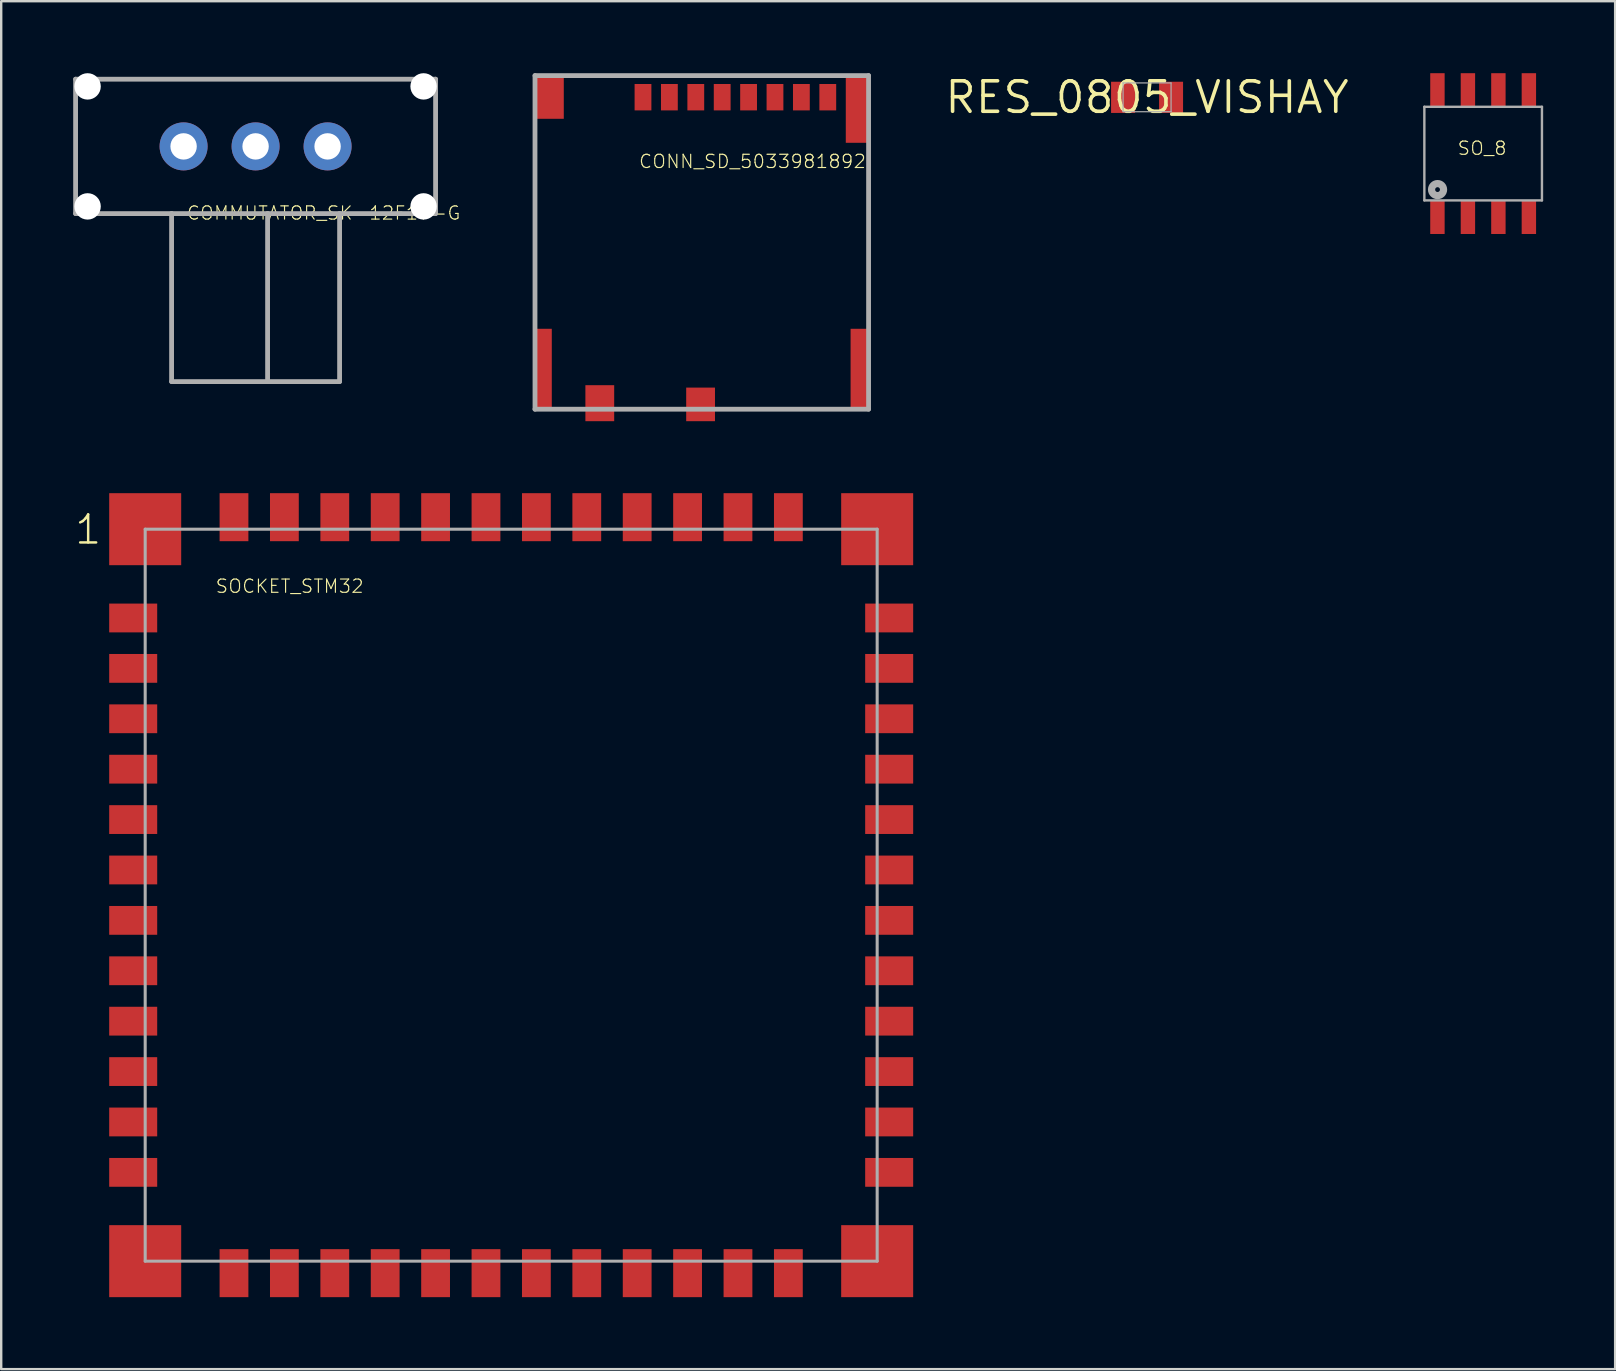
<source format=kicad_pcb>
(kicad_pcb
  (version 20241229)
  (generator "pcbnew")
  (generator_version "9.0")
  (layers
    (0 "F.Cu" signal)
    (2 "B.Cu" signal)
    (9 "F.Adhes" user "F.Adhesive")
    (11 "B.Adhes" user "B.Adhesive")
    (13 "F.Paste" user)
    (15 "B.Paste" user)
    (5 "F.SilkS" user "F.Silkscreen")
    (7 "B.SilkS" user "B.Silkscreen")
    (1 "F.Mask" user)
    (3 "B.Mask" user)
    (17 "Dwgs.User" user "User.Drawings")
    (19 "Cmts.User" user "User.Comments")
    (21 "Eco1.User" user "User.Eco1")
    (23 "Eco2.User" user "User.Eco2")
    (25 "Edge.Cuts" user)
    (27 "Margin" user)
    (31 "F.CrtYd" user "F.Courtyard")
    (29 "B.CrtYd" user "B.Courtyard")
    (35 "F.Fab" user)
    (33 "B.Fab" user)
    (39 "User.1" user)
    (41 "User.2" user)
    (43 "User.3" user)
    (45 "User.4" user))
  (footprint "CONN_SD_5033981892"
    (layer "F.Cu")
    (at 26.242 7)
    (property "Reference" "CONN_SD_5033981892" (at -2.7 -3 0) (unlocked yes) (layer "F.SilkS") (effects (font (size 0.552 0.552) (thickness 0.048)) (justify left bottom)))
    (fp_line (start -7 -6.9) (end 6.9 -6.9) (stroke (width 0.2) (type solid)) (layer "F.Fab"))
    (fp_line (start -7 7) (end -7 -6.9) (stroke (width 0.2) (type solid)) (layer "F.Fab"))
    (fp_line (start 6.9 -6.9) (end 6.9 7) (stroke (width 0.2) (type solid)) (layer "F.Fab"))
    (fp_line (start 6.9 7) (end -7 7) (stroke (width 0.2) (type solid)) (layer "F.Fab"))
    (pad "1" smd rect (at -2.5 -6 90) (size 1.1 0.7) (layers "F.Cu" "F.Mask" "F.Paste"))
    (pad "2" smd rect (at -1.4 -6 90) (size 1.1 0.7) (layers "F.Cu" "F.Mask" "F.Paste"))
    (pad "3" smd rect (at -0.3 -6 90) (size 1.1 0.7) (layers "F.Cu" "F.Mask" "F.Paste"))
    (pad "4" smd rect (at 0.8 -6 90) (size 1.1 0.7) (layers "F.Cu" "F.Mask" "F.Paste"))
    (pad "5" smd rect (at 1.9 -6 90) (size 1.1 0.7) (layers "F.Cu" "F.Mask" "F.Paste"))
    (pad "6" smd rect (at 3 -6 90) (size 1.1 0.7) (layers "F.Cu" "F.Mask" "F.Paste"))
    (pad "7" smd rect (at 4.1 -6 90) (size 1.1 0.7) (layers "F.Cu" "F.Mask" "F.Paste"))
    (pad "8" smd rect (at 5.2 -6 90) (size 1.1 0.7) (layers "F.Cu" "F.Mask" "F.Paste"))
    (pad "9" smd rect (at -4.3 6.75 90) (size 1.5 1.2) (layers "F.Cu" "F.Mask" "F.Paste"))
    (pad "10" smd rect (at -0.1 6.8 90) (size 1.4 1.2) (layers "F.Cu" "F.Mask" "F.Paste"))
    (pad "SH1" smd rect (at -6.4 -6 90) (size 1.8 1.2) (layers "F.Cu" "F.Mask" "F.Paste"))
    (pad "SH2" smd rect (at 6.4 -5.5 90) (size 2.8 0.9) (layers "F.Cu" "F.Mask" "F.Paste"))
    (pad "SH3" smd rect (at -6.65 5.3 90) (size 3.3 0.7) (layers "F.Cu" "F.Mask" "F.Paste"))
    (pad "SH4" smd rect (at 6.5 5.3 90) (size 3.3 0.7) (layers "F.Cu" "F.Mask" "F.Paste")))
  (footprint "SOCKET_STM32"
    (layer "F.Cu")
    (at 18.25 34.25)
    (property "Reference" "SOCKET_STM32" (at -12.35 -12.55 0) (unlocked yes) (layer "F.SilkS") (effects (font (size 0.552 0.552) (thickness 0.048)) (justify left bottom)))
    (fp_line (start -15.25 -15.25) (end 15.25 -15.25) (stroke (width 0.127) (type solid)) (layer "F.Fab"))
    (fp_line (start -15.25 15.25) (end -15.25 -15.25) (stroke (width 0.127) (type solid)) (layer "F.Fab"))
    (fp_line (start 15.25 -15.25) (end 15.25 15.25) (stroke (width 0.127) (type solid)) (layer "F.Fab"))
    (fp_line (start 15.25 15.25) (end -15.25 15.25) (stroke (width 0.127) (type solid)) (layer "F.Fab"))
    (fp_text user "1" (at -18.25 -14.55 0) (unlocked yes) (layer "F.SilkS") (effects (font (size 1.168 1.168) (thickness 0.102)) (justify left bottom)))
    (pad "1" smd rect (at -15.25 -15.25) (size 3 3) (layers "F.Cu" "F.Mask"))
    (pad "2" smd rect (at -15.75 -11.55) (size 2 1.2) (layers "F.Cu" "F.Mask"))
    (pad "3" smd rect (at -15.75 -9.45) (size 2 1.2) (layers "F.Cu" "F.Mask"))
    (pad "4" smd rect (at -15.75 -7.35) (size 2 1.2) (layers "F.Cu" "F.Mask"))
    (pad "5" smd rect (at -15.75 -5.25) (size 2 1.2) (layers "F.Cu" "F.Mask"))
    (pad "6" smd rect (at -15.75 -3.15) (size 2 1.2) (layers "F.Cu" "F.Mask"))
    (pad "7" smd rect (at -15.75 -1.05) (size 2 1.2) (layers "F.Cu" "F.Mask"))
    (pad "8" smd rect (at -15.75 1.05) (size 2 1.2) (layers "F.Cu" "F.Mask"))
    (pad "9" smd rect (at -15.75 3.15) (size 2 1.2) (layers "F.Cu" "F.Mask"))
    (pad "10" smd rect (at -15.75 5.25) (size 2 1.2) (layers "F.Cu" "F.Mask"))
    (pad "11" smd rect (at -15.75 7.35) (size 2 1.2) (layers "F.Cu" "F.Mask"))
    (pad "12" smd rect (at -15.75 9.45) (size 2 1.2) (layers "F.Cu" "F.Mask"))
    (pad "13" smd rect (at -15.75 11.55) (size 2 1.2) (layers "F.Cu" "F.Mask"))
    (pad "14" smd rect (at -15.25 15.25) (size 3 3) (layers "F.Cu" "F.Mask"))
    (pad "15" smd rect (at -11.55 15.75 90) (size 2 1.2) (layers "F.Cu" "F.Mask"))
    (pad "16" smd rect (at -9.45 15.75 90) (size 2 1.2) (layers "F.Cu" "F.Mask"))
    (pad "17" smd rect (at -7.35 15.75 90) (size 2 1.2) (layers "F.Cu" "F.Mask"))
    (pad "18" smd rect (at -5.25 15.75 90) (size 2 1.2) (layers "F.Cu" "F.Mask"))
    (pad "19" smd rect (at -3.15 15.75 90) (size 2 1.2) (layers "F.Cu" "F.Mask"))
    (pad "20" smd rect (at -1.05 15.75 90) (size 2 1.2) (layers "F.Cu" "F.Mask"))
    (pad "21" smd rect (at 1.05 15.75 90) (size 2 1.2) (layers "F.Cu" "F.Mask"))
    (pad "22" smd rect (at 3.15 15.75 90) (size 2 1.2) (layers "F.Cu" "F.Mask"))
    (pad "23" smd rect (at 5.25 15.75 90) (size 2 1.2) (layers "F.Cu" "F.Mask"))
    (pad "24" smd rect (at 7.35 15.75 90) (size 2 1.2) (layers "F.Cu" "F.Mask"))
    (pad "25" smd rect (at 9.45 15.75 90) (size 2 1.2) (layers "F.Cu" "F.Mask"))
    (pad "26" smd rect (at 11.55 15.75 90) (size 2 1.2) (layers "F.Cu" "F.Mask"))
    (pad "27" smd rect (at 15.25 15.25 180) (size 3 3) (layers "F.Cu" "F.Mask"))
    (pad "28" smd rect (at 15.75 11.55 180) (size 2 1.2) (layers "F.Cu" "F.Mask"))
    (pad "29" smd rect (at 15.75 9.45 180) (size 2 1.2) (layers "F.Cu" "F.Mask"))
    (pad "30" smd rect (at 15.75 7.35 180) (size 2 1.2) (layers "F.Cu" "F.Mask"))
    (pad "31" smd rect (at 15.75 5.25 180) (size 2 1.2) (layers "F.Cu" "F.Mask"))
    (pad "32" smd rect (at 15.75 3.15 180) (size 2 1.2) (layers "F.Cu" "F.Mask"))
    (pad "33" smd rect (at 15.75 1.05 180) (size 2 1.2) (layers "F.Cu" "F.Mask"))
    (pad "34" smd rect (at 15.75 -1.05 180) (size 2 1.2) (layers "F.Cu" "F.Mask"))
    (pad "35" smd rect (at 15.75 -3.15 180) (size 2 1.2) (layers "F.Cu" "F.Mask"))
    (pad "36" smd rect (at 15.75 -5.25 180) (size 2 1.2) (layers "F.Cu" "F.Mask"))
    (pad "37" smd rect (at 15.75 -7.35 180) (size 2 1.2) (layers "F.Cu" "F.Mask"))
    (pad "38" smd rect (at 15.75 -9.45 180) (size 2 1.2) (layers "F.Cu" "F.Mask"))
    (pad "39" smd rect (at 15.75 -11.55 180) (size 2 1.2) (layers "F.Cu" "F.Mask"))
    (pad "40" smd rect (at 15.25 -15.25 180) (size 3 3) (layers "F.Cu" "F.Mask"))
    (pad "41" smd rect (at 11.55 -15.75 270) (size 2 1.2) (layers "F.Cu" "F.Mask"))
    (pad "42" smd rect (at 9.45 -15.75 270) (size 2 1.2) (layers "F.Cu" "F.Mask"))
    (pad "43" smd rect (at 7.35 -15.75 270) (size 2 1.2) (layers "F.Cu" "F.Mask"))
    (pad "44" smd rect (at 5.25 -15.75 270) (size 2 1.2) (layers "F.Cu" "F.Mask"))
    (pad "45" smd rect (at 3.15 -15.75 270) (size 2 1.2) (layers "F.Cu" "F.Mask"))
    (pad "46" smd rect (at 1.05 -15.75 270) (size 2 1.2) (layers "F.Cu" "F.Mask"))
    (pad "47" smd rect (at -1.05 -15.75 270) (size 2 1.2) (layers "F.Cu" "F.Mask"))
    (pad "48" smd rect (at -3.15 -15.75 270) (size 2 1.2) (layers "F.Cu" "F.Mask"))
    (pad "49" smd rect (at -5.25 -15.75 270) (size 2 1.2) (layers "F.Cu" "F.Mask"))
    (pad "50" smd rect (at -7.35 -15.75 270) (size 2 1.2) (layers "F.Cu" "F.Mask"))
    (pad "51" smd rect (at -9.45 -15.75 270) (size 2 1.2) (layers "F.Cu" "F.Mask"))
    (pad "52" smd rect (at -11.55 -15.75 270) (size 2 1.2) (layers "F.Cu" "F.Mask")))
  (footprint "SO_8"
    (layer "F.Cu")
    (at 58.75 3.35)
    (property "Reference" "SO_8" (at -1.1 0.1 0) (unlocked yes) (layer "F.SilkS") (effects (font (size 0.552 0.552) (thickness 0.048)) (justify left bottom)))
    (fp_line (start -2.45 -1.95) (end 2.45 -1.95) (stroke (width 0.1) (type solid)) (layer "F.Fab"))
    (fp_line (start -2.45 1.95) (end -2.45 -1.95) (stroke (width 0.1) (type solid)) (layer "F.Fab"))
    (fp_line (start -2.45 1.95) (end 2.45 1.95) (stroke (width 0.1) (type solid)) (layer "F.Fab"))
    (fp_line (start 2.45 1.95) (end 2.45 -1.95) (stroke (width 0.1) (type solid)) (layer "F.Fab"))
    (fp_circle (center -1.9 1.5) (end -1.8 1.5) (stroke (width 0.3) (type solid)) (fill no) (layer "F.Fab"))
    (pad "1" smd rect (at -1.905 2.65 90) (size 1.4 0.6) (layers "F.Cu" "F.Mask" "F.Paste"))
    (pad "2" smd rect (at -0.635 2.65 90) (size 1.4 0.6) (layers "F.Cu" "F.Mask" "F.Paste"))
    (pad "3" smd rect (at 0.635 2.65 90) (size 1.4 0.6) (layers "F.Cu" "F.Mask" "F.Paste"))
    (pad "4" smd rect (at 1.905 2.65 90) (size 1.4 0.6) (layers "F.Cu" "F.Mask" "F.Paste"))
    (pad "5" smd rect (at 1.905 -2.65 90) (size 1.4 0.6) (layers "F.Cu" "F.Mask" "F.Paste"))
    (pad "6" smd rect (at 0.635 -2.65 90) (size 1.4 0.6) (layers "F.Cu" "F.Mask" "F.Paste"))
    (pad "7" smd rect (at -0.635 -2.65 90) (size 1.4 0.6) (layers "F.Cu" "F.Mask" "F.Paste"))
    (pad "8" smd rect (at -1.905 -2.65 90) (size 1.4 0.6) (layers "F.Cu" "F.Mask" "F.Paste")))
  (footprint "COMMUTATOR_SK-12F17-G"
    (layer "F.Cu")
    (at 7.6 5.85)
    (property "Reference" "COMMUTATOR_SK-12F17-G" (at -2.9 0.3 0) (unlocked yes) (layer "F.SilkS") (effects (font (size 0.552 0.552) (thickness 0.048)) (justify left bottom)))
    (fp_line (start -7.5 -5.6) (end -7.5 0) (stroke (width 0.2) (type solid)) (layer "F.Fab"))
    (fp_line (start -7.5 0) (end -3.5 0) (stroke (width 0.2) (type solid)) (layer "F.Fab"))
    (fp_line (start -3.5 0) (end -3.5 7) (stroke (width 0.2) (type solid)) (layer "F.Fab"))
    (fp_line (start -3.5 0) (end 0.5 0) (stroke (width 0.2) (type solid)) (layer "F.Fab"))
    (fp_line (start -3.5 7) (end 0.5 7) (stroke (width 0.2) (type solid)) (layer "F.Fab"))
    (fp_line (start 0.5 0) (end 3.5 0) (stroke (width 0.2) (type solid)) (layer "F.Fab"))
    (fp_line (start 0.5 7) (end 0.5 0) (stroke (width 0.2) (type solid)) (layer "F.Fab"))
    (fp_line (start 0.5 7) (end 3.5 7) (stroke (width 0.2) (type solid)) (layer "F.Fab"))
    (fp_line (start 3.5 0) (end 7.5 0) (stroke (width 0.2) (type solid)) (layer "F.Fab"))
    (fp_line (start 3.5 7) (end 3.5 0) (stroke (width 0.2) (type solid)) (layer "F.Fab"))
    (fp_line (start 7.5 -5.6) (end -7.5 -5.6) (stroke (width 0.2) (type solid)) (layer "F.Fab"))
    (fp_line (start 7.5 0) (end 7.5 -5.6) (stroke (width 0.2) (type solid)) (layer "F.Fab"))
    (pad "" np_thru_hole circle (at -7 -5.3) (size 1.1 1.1) (drill 1.1) (layers "*.Cu" "*.Mask"))
    (pad "" np_thru_hole circle (at -7 -0.3) (size 1.1 1.1) (drill 1.1) (layers "*.Cu" "*.Mask"))
    (pad "" np_thru_hole circle (at 7 -5.3) (size 1.1 1.1) (drill 1.1) (layers "*.Cu" "*.Mask"))
    (pad "" np_thru_hole circle (at 7 -0.3) (size 1.1 1.1) (drill 1.1) (layers "*.Cu" "*.Mask"))
    (pad "IN" thru_hole circle (at 0 -2.8) (size 2 2) (drill 1.1) (layers "*.Cu" "*.Mask"))
    (pad "OUT_L" thru_hole circle (at -3 -2.8) (size 2 2) (drill 1.1) (layers "*.Cu" "*.Mask"))
    (pad "OUT_R" thru_hole circle (at 3 -2.8) (size 2 2) (drill 1.1) (layers "*.Cu" "*.Mask")))
  (footprint "RES_0805_VISHAY"
    (layer "F.Cu")
    (at 44.746 1.006)
    (property "Reference" "RES_0805_VISHAY" (at 0 0 0) (layer "F.SilkS") (effects (font (size 1.27 1.27) (thickness 0.15))))
    (fp_line (start -1 -0.6) (end 1 -0.6) (stroke (width 0.05) (type solid)) (layer "F.Fab"))
    (fp_line (start -1 0.6) (end -1 -0.6) (stroke (width 0.05) (type solid)) (layer "F.Fab"))
    (fp_line (start 1 -0.6) (end 1 0.6) (stroke (width 0.05) (type solid)) (layer "F.Fab"))
    (fp_line (start 1 0.6) (end -1 0.6) (stroke (width 0.05) (type solid)) (layer "F.Fab"))
    (pad "1" smd rect (at -1 0) (size 1 1.3) (layers "F.Cu" "F.Mask" "F.Paste"))
    (pad "2" smd rect (at 1 0) (size 1 1.3) (layers "F.Cu" "F.Mask" "F.Paste")))
  (gr_rect
    (start -3 -3)
    (end 64.25 54)
    (stroke (width 0.1) (type default))
    (fill no)
    (layer "Edge.Cuts")))
</source>
